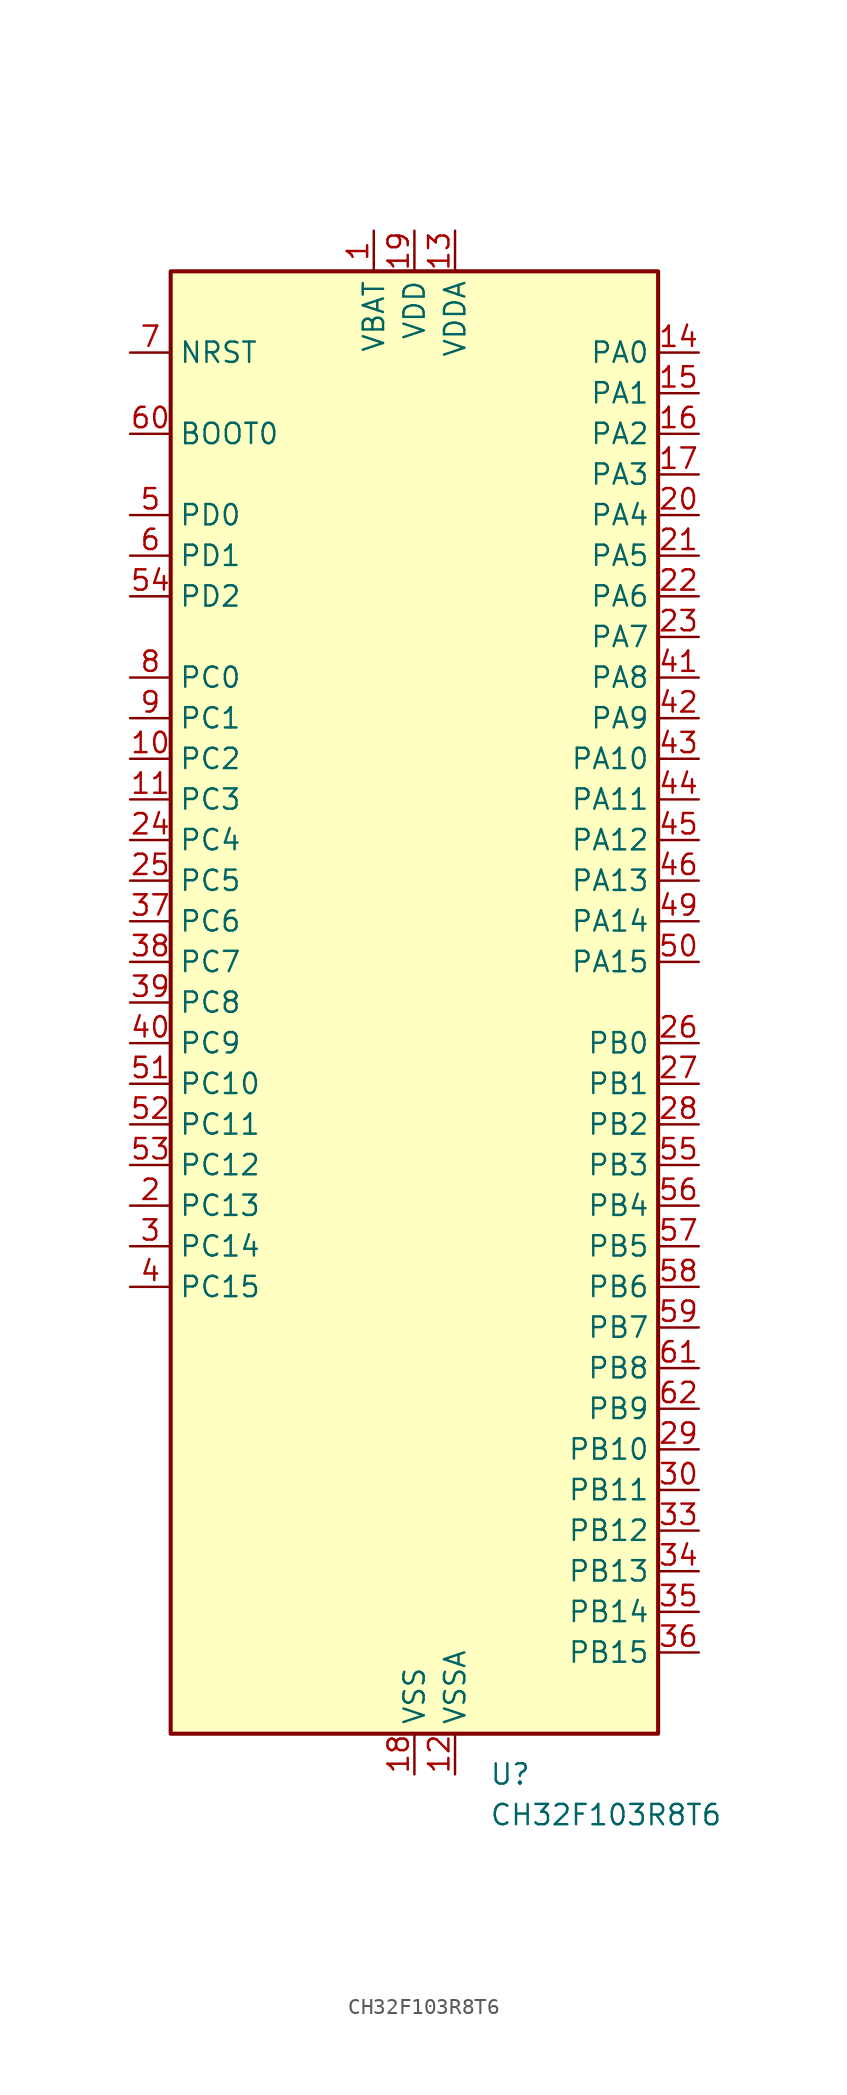
<source format=kicad_sym>
(kicad_symbol_lib
  (version 20241209)
  (generator "kicad_symbol_editor")
  (generator_version "9.0")
  (symbol "CH32F103R8T6"
    (property "Reference" "U"
      (at 4.683 -48.26 0)
      (effects (font (size 1.27 1.27)) (justify left)))
    (property "Value" "CH32F103R8T6"
      (at 4.683 -50.8 0)
      (effects (font (size 1.27 1.27)) (justify left)))
    (symbol "CH32F103R8T6_0_1"
      (rectangle (start -15.24 45.72) (end 15.24 -45.72) (stroke (width 0.254) (type default)) (fill (type background))))
    (symbol "CH32F103R8T6_1_1"
      (pin input line (at -17.78 40.64 0) (length 2.54) (name "NRST" (effects (font (size 1.27 1.27)))) (number "7" (effects (font (size 1.27 1.27)))))
      (pin input line (at -17.78 35.56 0) (length 2.54) (name "BOOT0" (effects (font (size 1.27 1.27)))) (number "60" (effects (font (size 1.27 1.27)))))
      (pin bidirectional line (at -17.78 30.48 0) (length 2.54) (name "PD0" (effects (font (size 1.27 1.27)))) (number "5" (effects (font (size 1.27 1.27)))) (alternate "RCC_OSC_IN" bidirectional line))
      (pin bidirectional line (at -17.78 27.94 0) (length 2.54) (name "PD1" (effects (font (size 1.27 1.27)))) (number "6" (effects (font (size 1.27 1.27)))) (alternate "RCC_OSC_OUT" bidirectional line))
      (pin bidirectional line (at -17.78 25.4 0) (length 2.54) (name "PD2" (effects (font (size 1.27 1.27)))) (number "54" (effects (font (size 1.27 1.27)))) (alternate "TIM3_ETR" bidirectional line))
      (pin bidirectional line (at -17.78 20.32 0) (length 2.54) (name "PC0" (effects (font (size 1.27 1.27)))) (number "8" (effects (font (size 1.27 1.27)))) (alternate "ADC1_IN10" bidirectional line) (alternate "ADC2_IN10" bidirectional line))
      (pin bidirectional line (at -17.78 17.78 0) (length 2.54) (name "PC1" (effects (font (size 1.27 1.27)))) (number "9" (effects (font (size 1.27 1.27)))) (alternate "ADC1_IN11" bidirectional line) (alternate "ADC2_IN11" bidirectional line))
      (pin bidirectional line (at -17.78 15.24 0) (length 2.54) (name "PC2" (effects (font (size 1.27 1.27)))) (number "10" (effects (font (size 1.27 1.27)))) (alternate "ADC1_IN12" bidirectional line) (alternate "ADC2_IN12" bidirectional line))
      (pin bidirectional line (at -17.78 12.7 0) (length 2.54) (name "PC3" (effects (font (size 1.27 1.27)))) (number "11" (effects (font (size 1.27 1.27)))) (alternate "ADC1_IN13" bidirectional line) (alternate "ADC2_IN13" bidirectional line))
      (pin bidirectional line (at -17.78 10.16 0) (length 2.54) (name "PC4" (effects (font (size 1.27 1.27)))) (number "24" (effects (font (size 1.27 1.27)))) (alternate "ADC1_IN14" bidirectional line) (alternate "ADC2_IN14" bidirectional line))
      (pin bidirectional line (at -17.78 7.62 0) (length 2.54) (name "PC5" (effects (font (size 1.27 1.27)))) (number "25" (effects (font (size 1.27 1.27)))) (alternate "ADC1_IN15" bidirectional line) (alternate "ADC2_IN15" bidirectional line))
      (pin bidirectional line (at -17.78 5.08 0) (length 2.54) (name "PC6" (effects (font (size 1.27 1.27)))) (number "37" (effects (font (size 1.27 1.27)))) (alternate "TIM3_CH1" bidirectional line))
      (pin bidirectional line (at -17.78 2.54 0) (length 2.54) (name "PC7" (effects (font (size 1.27 1.27)))) (number "38" (effects (font (size 1.27 1.27)))) (alternate "TIM3_CH2" bidirectional line))
      (pin bidirectional line (at -17.78 0 0) (length 2.54) (name "PC8" (effects (font (size 1.27 1.27)))) (number "39" (effects (font (size 1.27 1.27)))) (alternate "TIM3_CH3" bidirectional line))
      (pin bidirectional line (at -17.78 -2.54 0) (length 2.54) (name "PC9" (effects (font (size 1.27 1.27)))) (number "40" (effects (font (size 1.27 1.27)))) (alternate "TIM3_CH4" bidirectional line))
      (pin bidirectional line (at -17.78 -5.08 0) (length 2.54) (name "PC10" (effects (font (size 1.27 1.27)))) (number "51" (effects (font (size 1.27 1.27)))) (alternate "USART3_TX" bidirectional line))
      (pin bidirectional line (at -17.78 -7.62 0) (length 2.54) (name "PC11" (effects (font (size 1.27 1.27)))) (number "52" (effects (font (size 1.27 1.27)))) (alternate "ADC1_EXTI11" bidirectional line) (alternate "ADC2_EXTI11" bidirectional line) (alternate "USART3_RX" bidirectional line))
      (pin bidirectional line (at -17.78 -10.16 0) (length 2.54) (name "PC12" (effects (font (size 1.27 1.27)))) (number "53" (effects (font (size 1.27 1.27)))) (alternate "USART3_CK" bidirectional line))
      (pin bidirectional line (at -17.78 -12.7 0) (length 2.54) (name "PC13" (effects (font (size 1.27 1.27)))) (number "2" (effects (font (size 1.27 1.27)))) (alternate "RTC_TAMPER" bidirectional line))
      (pin bidirectional line (at -17.78 -15.24 0) (length 2.54) (name "PC14" (effects (font (size 1.27 1.27)))) (number "3" (effects (font (size 1.27 1.27)))) (alternate "RCC_OSC32_IN" bidirectional line))
      (pin bidirectional line (at -17.78 -17.78 0) (length 2.54) (name "PC15" (effects (font (size 1.27 1.27)))) (number "4" (effects (font (size 1.27 1.27)))) (alternate "ADC1_EXTI15" bidirectional line) (alternate "ADC2_EXTI15" bidirectional line) (alternate "RCC_OSC32_OUT" bidirectional line))
      (pin power_in line (at -2.54 48.26 270) (length 2.54) (name "VBAT" (effects (font (size 1.27 1.27)))) (number "1" (effects (font (size 1.27 1.27)))))
      (pin power_in line (at 0 48.26 270) (length 2.54) (name "VDD" (effects (font (size 1.27 1.27)))) (number "19" (effects (font (size 1.27 1.27)))))
      (pin passive line (at 0 48.26 270) (length 2.54) (hide yes) (name "VDD" (effects (font (size 1.27 1.27)))) (number "32" (effects (font (size 1.27 1.27)))))
      (pin passive line (at 0 48.26 270) (length 2.54) (hide yes) (name "VDD" (effects (font (size 1.27 1.27)))) (number "48" (effects (font (size 1.27 1.27)))))
      (pin passive line (at 0 48.26 270) (length 2.54) (hide yes) (name "VDD" (effects (font (size 1.27 1.27)))) (number "64" (effects (font (size 1.27 1.27)))))
      (pin power_in line (at 0 -48.26 90) (length 2.54) (name "VSS" (effects (font (size 1.27 1.27)))) (number "18" (effects (font (size 1.27 1.27)))))
      (pin passive line (at 0 -48.26 90) (length 2.54) (hide yes) (name "VSS" (effects (font (size 1.27 1.27)))) (number "31" (effects (font (size 1.27 1.27)))))
      (pin passive line (at 0 -48.26 90) (length 2.54) (hide yes) (name "VSS" (effects (font (size 1.27 1.27)))) (number "47" (effects (font (size 1.27 1.27)))))
      (pin passive line (at 0 -48.26 90) (length 2.54) (hide yes) (name "VSS" (effects (font (size 1.27 1.27)))) (number "63" (effects (font (size 1.27 1.27)))))
      (pin power_in line (at 2.54 48.26 270) (length 2.54) (name "VDDA" (effects (font (size 1.27 1.27)))) (number "13" (effects (font (size 1.27 1.27)))))
      (pin power_in line (at 2.54 -48.26 90) (length 2.54) (name "VSSA" (effects (font (size 1.27 1.27)))) (number "12" (effects (font (size 1.27 1.27)))))
      (pin bidirectional line (at 17.78 40.64 180) (length 2.54) (name "PA0" (effects (font (size 1.27 1.27)))) (number "14" (effects (font (size 1.27 1.27)))) (alternate "ADC1_IN0" bidirectional line) (alternate "ADC2_IN0" bidirectional line) (alternate "SYS_WKUP" bidirectional line) (alternate "TIM2_CH1" bidirectional line) (alternate "TIM2_ETR" bidirectional line) (alternate "USART2_CTS" bidirectional line))
      (pin bidirectional line (at 17.78 38.1 180) (length 2.54) (name "PA1" (effects (font (size 1.27 1.27)))) (number "15" (effects (font (size 1.27 1.27)))) (alternate "ADC1_IN1" bidirectional line) (alternate "ADC2_IN1" bidirectional line) (alternate "TIM2_CH2" bidirectional line) (alternate "USART2_RTS" bidirectional line))
      (pin bidirectional line (at 17.78 35.56 180) (length 2.54) (name "PA2" (effects (font (size 1.27 1.27)))) (number "16" (effects (font (size 1.27 1.27)))) (alternate "ADC1_IN2" bidirectional line) (alternate "ADC2_IN2" bidirectional line) (alternate "TIM2_CH3" bidirectional line) (alternate "USART2_TX" bidirectional line))
      (pin bidirectional line (at 17.78 33.02 180) (length 2.54) (name "PA3" (effects (font (size 1.27 1.27)))) (number "17" (effects (font (size 1.27 1.27)))) (alternate "ADC1_IN3" bidirectional line) (alternate "ADC2_IN3" bidirectional line) (alternate "TIM2_CH4" bidirectional line) (alternate "USART2_RX" bidirectional line))
      (pin bidirectional line (at 17.78 30.48 180) (length 2.54) (name "PA4" (effects (font (size 1.27 1.27)))) (number "20" (effects (font (size 1.27 1.27)))) (alternate "ADC1_IN4" bidirectional line) (alternate "ADC2_IN4" bidirectional line) (alternate "SPI1_NSS" bidirectional line) (alternate "USART2_CK" bidirectional line))
      (pin bidirectional line (at 17.78 27.94 180) (length 2.54) (name "PA5" (effects (font (size 1.27 1.27)))) (number "21" (effects (font (size 1.27 1.27)))) (alternate "ADC1_IN5" bidirectional line) (alternate "ADC2_IN5" bidirectional line) (alternate "SPI1_SCK" bidirectional line))
      (pin bidirectional line (at 17.78 25.4 180) (length 2.54) (name "PA6" (effects (font (size 1.27 1.27)))) (number "22" (effects (font (size 1.27 1.27)))) (alternate "ADC1_IN6" bidirectional line) (alternate "ADC2_IN6" bidirectional line) (alternate "SPI1_MISO" bidirectional line) (alternate "TIM1_BKIN" bidirectional line) (alternate "TIM3_CH1" bidirectional line))
      (pin bidirectional line (at 17.78 22.86 180) (length 2.54) (name "PA7" (effects (font (size 1.27 1.27)))) (number "23" (effects (font (size 1.27 1.27)))) (alternate "ADC1_IN7" bidirectional line) (alternate "ADC2_IN7" bidirectional line) (alternate "SPI1_MOSI" bidirectional line) (alternate "TIM1_CH1N" bidirectional line) (alternate "TIM3_CH2" bidirectional line))
      (pin bidirectional line (at 17.78 20.32 180) (length 2.54) (name "PA8" (effects (font (size 1.27 1.27)))) (number "41" (effects (font (size 1.27 1.27)))) (alternate "RCC_MCO" bidirectional line) (alternate "TIM1_CH1" bidirectional line) (alternate "USART1_CK" bidirectional line))
      (pin bidirectional line (at 17.78 17.78 180) (length 2.54) (name "PA9" (effects (font (size 1.27 1.27)))) (number "42" (effects (font (size 1.27 1.27)))) (alternate "TIM1_CH2" bidirectional line) (alternate "USART1_TX" bidirectional line))
      (pin bidirectional line (at 17.78 15.24 180) (length 2.54) (name "PA10" (effects (font (size 1.27 1.27)))) (number "43" (effects (font (size 1.27 1.27)))) (alternate "TIM1_CH3" bidirectional line) (alternate "USART1_RX" bidirectional line))
      (pin bidirectional line (at 17.78 12.7 180) (length 2.54) (name "PA11" (effects (font (size 1.27 1.27)))) (number "44" (effects (font (size 1.27 1.27)))) (alternate "ADC1_EXTI11" bidirectional line) (alternate "ADC2_EXTI11" bidirectional line) (alternate "CAN_RX" bidirectional line) (alternate "TIM1_CH4" bidirectional line) (alternate "USART1_CTS" bidirectional line) (alternate "USB_DM" bidirectional line))
      (pin bidirectional line (at 17.78 10.16 180) (length 2.54) (name "PA12" (effects (font (size 1.27 1.27)))) (number "45" (effects (font (size 1.27 1.27)))) (alternate "CAN_TX" bidirectional line) (alternate "TIM1_ETR" bidirectional line) (alternate "USART1_RTS" bidirectional line) (alternate "USB_DP" bidirectional line))
      (pin bidirectional line (at 17.78 7.62 180) (length 2.54) (name "PA13" (effects (font (size 1.27 1.27)))) (number "46" (effects (font (size 1.27 1.27)))) (alternate "SWDIO" bidirectional line))
      (pin bidirectional line (at 17.78 5.08 180) (length 2.54) (name "PA14" (effects (font (size 1.27 1.27)))) (number "49" (effects (font (size 1.27 1.27)))) (alternate "SWCLK" bidirectional line))
      (pin bidirectional line (at 17.78 2.54 180) (length 2.54) (name "PA15" (effects (font (size 1.27 1.27)))) (number "50" (effects (font (size 1.27 1.27)))) (alternate "ADC1_EXTI15" bidirectional line) (alternate "ADC2_EXTI15" bidirectional line) (alternate "SPI1_NSS" bidirectional line) (alternate "SYS_JTDI" bidirectional line) (alternate "TIM2_CH1" bidirectional line) (alternate "TIM2_ETR" bidirectional line))
      (pin bidirectional line (at 17.78 -2.54 180) (length 2.54) (name "PB0" (effects (font (size 1.27 1.27)))) (number "26" (effects (font (size 1.27 1.27)))) (alternate "ADC1_IN8" bidirectional line) (alternate "ADC2_IN8" bidirectional line) (alternate "TIM1_CH2N" bidirectional line) (alternate "TIM3_CH3" bidirectional line))
      (pin bidirectional line (at 17.78 -5.08 180) (length 2.54) (name "PB1" (effects (font (size 1.27 1.27)))) (number "27" (effects (font (size 1.27 1.27)))) (alternate "ADC1_IN9" bidirectional line) (alternate "ADC2_IN9" bidirectional line) (alternate "TIM1_CH3N" bidirectional line) (alternate "TIM3_CH4" bidirectional line))
      (pin bidirectional line (at 17.78 -7.62 180) (length 2.54) (name "PB2" (effects (font (size 1.27 1.27)))) (number "28" (effects (font (size 1.27 1.27)))))
      (pin bidirectional line (at 17.78 -10.16 180) (length 2.54) (name "PB3" (effects (font (size 1.27 1.27)))) (number "55" (effects (font (size 1.27 1.27)))) (alternate "SPI1_SCK" bidirectional line) (alternate "SYS_JTDO-TRACESWO" bidirectional line) (alternate "TIM2_CH2" bidirectional line))
      (pin bidirectional line (at 17.78 -12.7 180) (length 2.54) (name "PB4" (effects (font (size 1.27 1.27)))) (number "56" (effects (font (size 1.27 1.27)))) (alternate "SPI1_MISO" bidirectional line) (alternate "SYS_NJTRST" bidirectional line) (alternate "TIM3_CH1" bidirectional line))
      (pin bidirectional line (at 17.78 -15.24 180) (length 2.54) (name "PB5" (effects (font (size 1.27 1.27)))) (number "57" (effects (font (size 1.27 1.27)))) (alternate "I2C1_SMBA" bidirectional line) (alternate "SPI1_MOSI" bidirectional line) (alternate "TIM3_CH2" bidirectional line))
      (pin bidirectional line (at 17.78 -17.78 180) (length 2.54) (name "PB6" (effects (font (size 1.27 1.27)))) (number "58" (effects (font (size 1.27 1.27)))) (alternate "I2C1_SCL" bidirectional line) (alternate "TIM4_CH1" bidirectional line) (alternate "USART1_TX" bidirectional line))
      (pin bidirectional line (at 17.78 -20.32 180) (length 2.54) (name "PB7" (effects (font (size 1.27 1.27)))) (number "59" (effects (font (size 1.27 1.27)))) (alternate "I2C1_SDA" bidirectional line) (alternate "TIM4_CH2" bidirectional line) (alternate "USART1_RX" bidirectional line))
      (pin bidirectional line (at 17.78 -22.86 180) (length 2.54) (name "PB8" (effects (font (size 1.27 1.27)))) (number "61" (effects (font (size 1.27 1.27)))) (alternate "CAN_RX" bidirectional line) (alternate "I2C1_SCL" bidirectional line) (alternate "TIM4_CH3" bidirectional line))
      (pin bidirectional line (at 17.78 -25.4 180) (length 2.54) (name "PB9" (effects (font (size 1.27 1.27)))) (number "62" (effects (font (size 1.27 1.27)))) (alternate "CAN_TX" bidirectional line) (alternate "I2C1_SDA" bidirectional line) (alternate "TIM4_CH4" bidirectional line))
      (pin bidirectional line (at 17.78 -27.94 180) (length 2.54) (name "PB10" (effects (font (size 1.27 1.27)))) (number "29" (effects (font (size 1.27 1.27)))) (alternate "I2C2_SCL" bidirectional line) (alternate "TIM2_CH3" bidirectional line) (alternate "USART3_TX" bidirectional line))
      (pin bidirectional line (at 17.78 -30.48 180) (length 2.54) (name "PB11" (effects (font (size 1.27 1.27)))) (number "30" (effects (font (size 1.27 1.27)))) (alternate "ADC1_EXTI11" bidirectional line) (alternate "ADC2_EXTI11" bidirectional line) (alternate "I2C2_SDA" bidirectional line) (alternate "TIM2_CH4" bidirectional line) (alternate "USART3_RX" bidirectional line))
      (pin bidirectional line (at 17.78 -33.02 180) (length 2.54) (name "PB12" (effects (font (size 1.27 1.27)))) (number "33" (effects (font (size 1.27 1.27)))) (alternate "I2C2_SMBA" bidirectional line) (alternate "SPI2_NSS" bidirectional line) (alternate "TIM1_BKIN" bidirectional line) (alternate "USART3_CK" bidirectional line))
      (pin bidirectional line (at 17.78 -35.56 180) (length 2.54) (name "PB13" (effects (font (size 1.27 1.27)))) (number "34" (effects (font (size 1.27 1.27)))) (alternate "SPI2_SCK" bidirectional line) (alternate "TIM1_CH1N" bidirectional line) (alternate "USART3_CTS" bidirectional line))
      (pin bidirectional line (at 17.78 -38.1 180) (length 2.54) (name "PB14" (effects (font (size 1.27 1.27)))) (number "35" (effects (font (size 1.27 1.27)))) (alternate "SPI2_MISO" bidirectional line) (alternate "TIM1_CH2N" bidirectional line) (alternate "USART3_RTS" bidirectional line))
      (pin bidirectional line (at 17.78 -40.64 180) (length 2.54) (name "PB15" (effects (font (size 1.27 1.27)))) (number "36" (effects (font (size 1.27 1.27)))) (alternate "ADC1_EXTI15" bidirectional line) (alternate "ADC2_EXTI15" bidirectional line) (alternate "SPI2_MOSI" bidirectional line) (alternate "TIM1_CH3N" bidirectional line)))))
</source>
